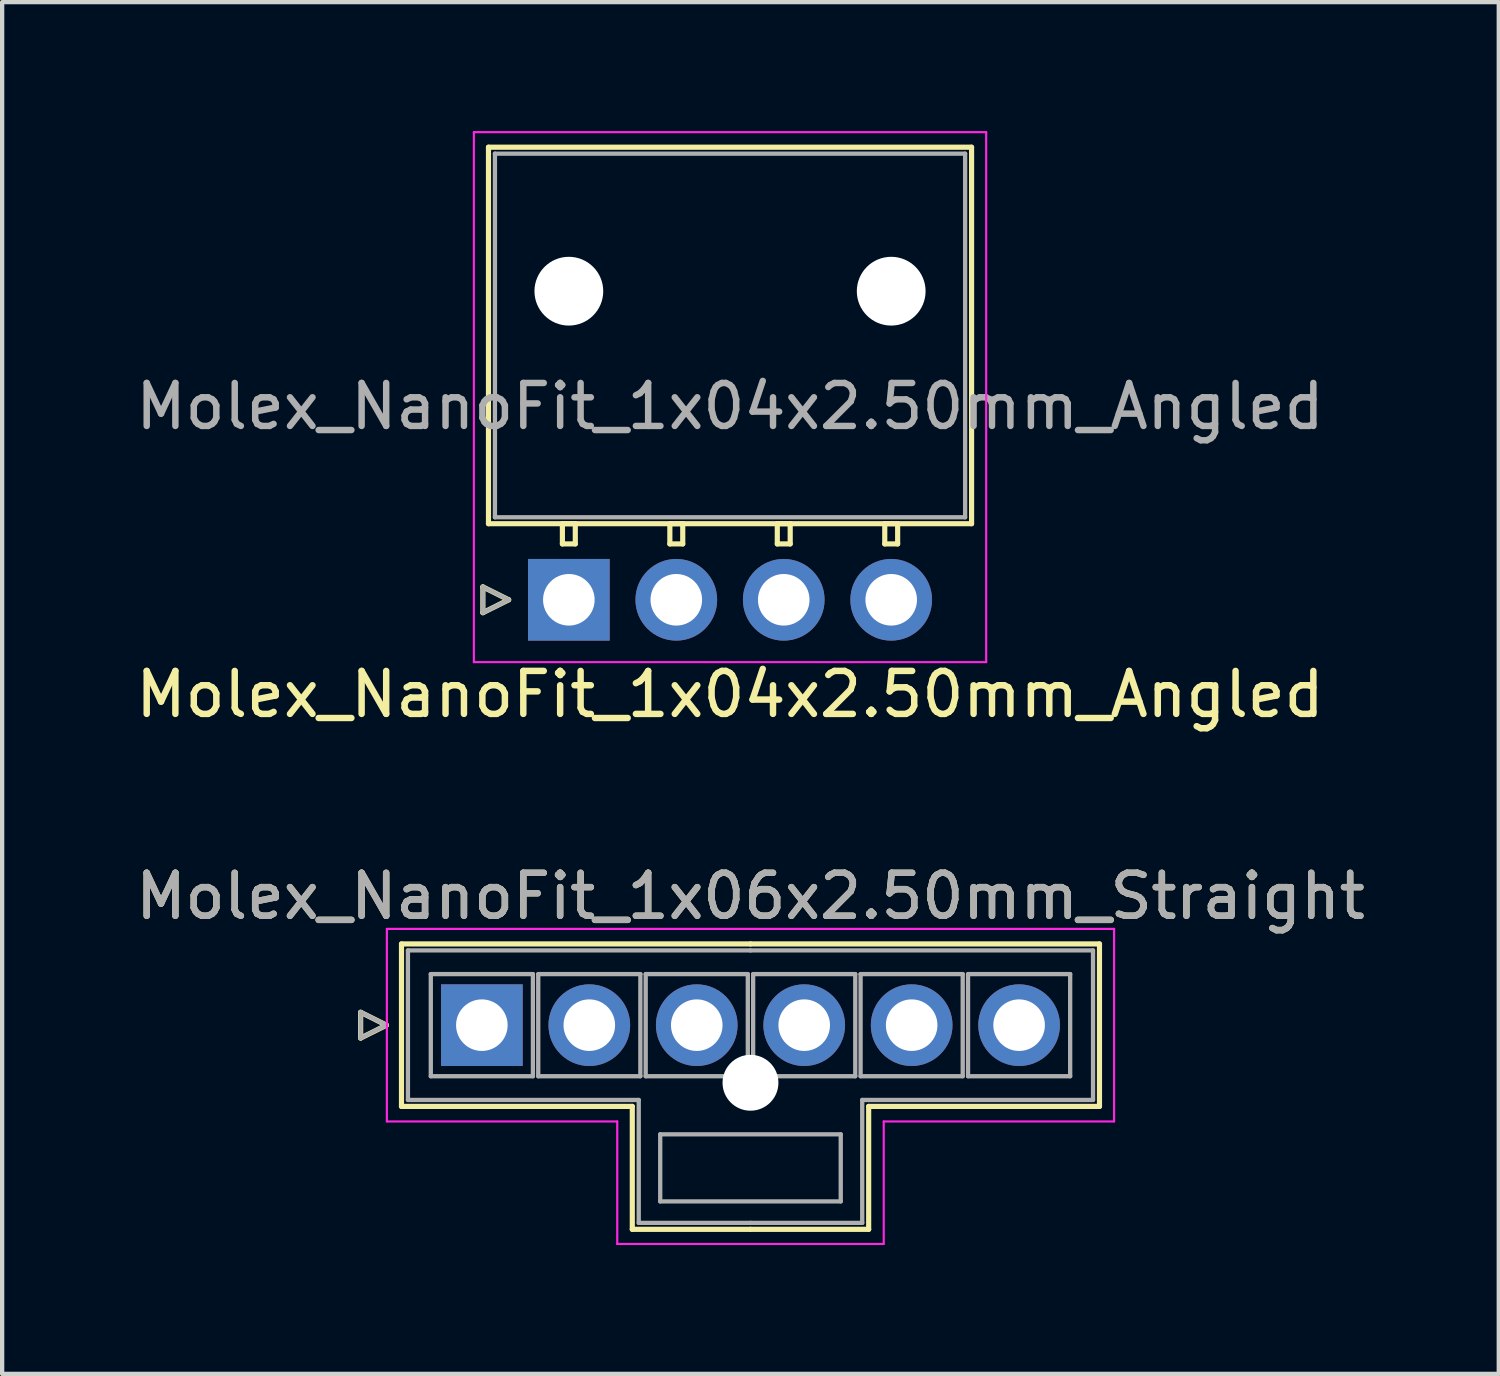
<source format=kicad_pcb>
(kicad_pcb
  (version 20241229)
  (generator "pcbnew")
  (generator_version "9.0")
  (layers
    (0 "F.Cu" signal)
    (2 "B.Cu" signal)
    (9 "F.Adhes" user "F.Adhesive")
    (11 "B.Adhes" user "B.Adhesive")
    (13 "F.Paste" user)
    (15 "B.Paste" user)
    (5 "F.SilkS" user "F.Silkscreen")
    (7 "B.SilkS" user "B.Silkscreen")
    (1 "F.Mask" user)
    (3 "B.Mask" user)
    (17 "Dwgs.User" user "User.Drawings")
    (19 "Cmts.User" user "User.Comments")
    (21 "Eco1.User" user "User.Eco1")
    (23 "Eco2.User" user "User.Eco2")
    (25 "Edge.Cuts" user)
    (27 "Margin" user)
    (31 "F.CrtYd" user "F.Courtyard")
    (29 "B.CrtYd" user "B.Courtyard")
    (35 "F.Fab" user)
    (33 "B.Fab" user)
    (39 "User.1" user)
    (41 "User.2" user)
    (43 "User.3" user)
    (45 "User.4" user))
  (footprint "Molex_NanoFit_1x06x2.50mm_Straight"
    (layer "F.Cu")
    (at 8.161 20.802)
    (property "Reference" "Molex_NanoFit_1x06x2.50mm_Straight" (at 6.25 -3 0) (layer "F.SilkS") (effects (font (size 1 1) (thickness 0.15))))
    (attr through_hole)
    (fp_line (start -2.82 -0.3) (end -2.22 0) (stroke (width 0.12) (type solid)) (layer "F.SilkS"))
    (fp_line (start -2.82 0.3) (end -2.82 -0.3) (stroke (width 0.12) (type solid)) (layer "F.SilkS"))
    (fp_line (start -2.22 0) (end -2.82 0.3) (stroke (width 0.12) (type solid)) (layer "F.SilkS"))
    (fp_line (start -1.87 -1.89) (end -1.87 1.89) (stroke (width 0.12) (type solid)) (layer "F.SilkS"))
    (fp_line (start -1.87 1.89) (end 3.5 1.89) (stroke (width 0.12) (type solid)) (layer "F.SilkS"))
    (fp_line (start 3.5 1.89) (end 3.5 4.75) (stroke (width 0.12) (type solid)) (layer "F.SilkS"))
    (fp_line (start 3.5 4.75) (end 6.25 4.75) (stroke (width 0.12) (type solid)) (layer "F.SilkS"))
    (fp_line (start 6.25 -1.89) (end -1.87 -1.89) (stroke (width 0.12) (type solid)) (layer "F.SilkS"))
    (fp_line (start 6.25 -1.89) (end 14.37 -1.89) (stroke (width 0.12) (type solid)) (layer "F.SilkS"))
    (fp_line (start 9 1.89) (end 9 4.75) (stroke (width 0.12) (type solid)) (layer "F.SilkS"))
    (fp_line (start 9 4.75) (end 6.25 4.75) (stroke (width 0.12) (type solid)) (layer "F.SilkS"))
    (fp_line (start 14.37 -1.89) (end 14.37 1.89) (stroke (width 0.12) (type solid)) (layer "F.SilkS"))
    (fp_line (start 14.37 1.89) (end 9 1.89) (stroke (width 0.12) (type solid)) (layer "F.SilkS"))
    (fp_line (start -2.21 -2.24) (end -2.21 2.24) (stroke (width 0.05) (type solid)) (layer "F.CrtYd"))
    (fp_line (start -2.21 2.24) (end 3.15 2.24) (stroke (width 0.05) (type solid)) (layer "F.CrtYd"))
    (fp_line (start 3.15 2.24) (end 3.15 5.09) (stroke (width 0.05) (type solid)) (layer "F.CrtYd"))
    (fp_line (start 3.15 5.09) (end 9.35 5.09) (stroke (width 0.05) (type solid)) (layer "F.CrtYd"))
    (fp_line (start 9.35 2.24) (end 14.71 2.24) (stroke (width 0.05) (type solid)) (layer "F.CrtYd"))
    (fp_line (start 9.35 5.09) (end 9.35 2.24) (stroke (width 0.05) (type solid)) (layer "F.CrtYd"))
    (fp_line (start 14.71 -2.24) (end -2.21 -2.24) (stroke (width 0.05) (type solid)) (layer "F.CrtYd"))
    (fp_line (start 14.71 2.24) (end 14.71 -2.24) (stroke (width 0.05) (type solid)) (layer "F.CrtYd"))
    (fp_line (start -2.82 -0.3) (end -2.22 0) (stroke (width 0.1) (type solid)) (layer "F.Fab"))
    (fp_line (start -2.82 0.3) (end -2.82 -0.3) (stroke (width 0.1) (type solid)) (layer "F.Fab"))
    (fp_line (start -2.22 0) (end -2.82 0.3) (stroke (width 0.1) (type solid)) (layer "F.Fab"))
    (fp_line (start -1.72 -1.74) (end -1.72 1.74) (stroke (width 0.1) (type solid)) (layer "F.Fab"))
    (fp_line (start -1.72 1.74) (end 3.65 1.74) (stroke (width 0.1) (type solid)) (layer "F.Fab"))
    (fp_line (start -1.188 -1.188) (end -1.188 1.188) (stroke (width 0.1) (type solid)) (layer "F.Fab"))
    (fp_line (start -1.188 1.188) (end 1.188 1.188) (stroke (width 0.1) (type solid)) (layer "F.Fab"))
    (fp_line (start 1.188 -1.188) (end -1.188 -1.188) (stroke (width 0.1) (type solid)) (layer "F.Fab"))
    (fp_line (start 1.188 1.188) (end 1.188 -1.188) (stroke (width 0.1) (type solid)) (layer "F.Fab"))
    (fp_line (start 1.312 -1.188) (end 1.312 1.188) (stroke (width 0.1) (type solid)) (layer "F.Fab"))
    (fp_line (start 1.312 1.188) (end 3.688 1.188) (stroke (width 0.1) (type solid)) (layer "F.Fab"))
    (fp_line (start 3.65 1.74) (end 3.65 4.6) (stroke (width 0.1) (type solid)) (layer "F.Fab"))
    (fp_line (start 3.65 4.6) (end 6.25 4.6) (stroke (width 0.1) (type solid)) (layer "F.Fab"))
    (fp_line (start 3.688 -1.188) (end 1.312 -1.188) (stroke (width 0.1) (type solid)) (layer "F.Fab"))
    (fp_line (start 3.688 1.188) (end 3.688 -1.188) (stroke (width 0.1) (type solid)) (layer "F.Fab"))
    (fp_line (start 3.812 -1.188) (end 3.812 1.188) (stroke (width 0.1) (type solid)) (layer "F.Fab"))
    (fp_line (start 3.812 1.188) (end 6.188 1.188) (stroke (width 0.1) (type solid)) (layer "F.Fab"))
    (fp_line (start 4.15 2.54) (end 4.15 4.1) (stroke (width 0.1) (type solid)) (layer "F.Fab"))
    (fp_line (start 4.15 4.1) (end 8.35 4.1) (stroke (width 0.1) (type solid)) (layer "F.Fab"))
    (fp_line (start 6.188 -1.188) (end 3.812 -1.188) (stroke (width 0.1) (type solid)) (layer "F.Fab"))
    (fp_line (start 6.188 1.188) (end 6.188 -1.188) (stroke (width 0.1) (type solid)) (layer "F.Fab"))
    (fp_line (start 6.25 -1.74) (end -1.72 -1.74) (stroke (width 0.1) (type solid)) (layer "F.Fab"))
    (fp_line (start 6.25 -1.74) (end 14.22 -1.74) (stroke (width 0.1) (type solid)) (layer "F.Fab"))
    (fp_line (start 6.312 -1.188) (end 6.312 1.188) (stroke (width 0.1) (type solid)) (layer "F.Fab"))
    (fp_line (start 6.312 1.188) (end 8.688 1.188) (stroke (width 0.1) (type solid)) (layer "F.Fab"))
    (fp_line (start 8.35 2.54) (end 4.15 2.54) (stroke (width 0.1) (type solid)) (layer "F.Fab"))
    (fp_line (start 8.35 4.1) (end 8.35 2.54) (stroke (width 0.1) (type solid)) (layer "F.Fab"))
    (fp_line (start 8.688 -1.188) (end 6.312 -1.188) (stroke (width 0.1) (type solid)) (layer "F.Fab"))
    (fp_line (start 8.688 1.188) (end 8.688 -1.188) (stroke (width 0.1) (type solid)) (layer "F.Fab"))
    (fp_line (start 8.812 -1.188) (end 8.812 1.188) (stroke (width 0.1) (type solid)) (layer "F.Fab"))
    (fp_line (start 8.812 1.188) (end 11.188 1.188) (stroke (width 0.1) (type solid)) (layer "F.Fab"))
    (fp_line (start 8.85 1.74) (end 8.85 4.6) (stroke (width 0.1) (type solid)) (layer "F.Fab"))
    (fp_line (start 8.85 4.6) (end 6.25 4.6) (stroke (width 0.1) (type solid)) (layer "F.Fab"))
    (fp_line (start 11.188 -1.188) (end 8.812 -1.188) (stroke (width 0.1) (type solid)) (layer "F.Fab"))
    (fp_line (start 11.188 1.188) (end 11.188 -1.188) (stroke (width 0.1) (type solid)) (layer "F.Fab"))
    (fp_line (start 11.312 -1.188) (end 11.312 1.188) (stroke (width 0.1) (type solid)) (layer "F.Fab"))
    (fp_line (start 11.312 1.188) (end 13.688 1.188) (stroke (width 0.1) (type solid)) (layer "F.Fab"))
    (fp_line (start 13.688 -1.188) (end 11.312 -1.188) (stroke (width 0.1) (type solid)) (layer "F.Fab"))
    (fp_line (start 13.688 1.188) (end 13.688 -1.188) (stroke (width 0.1) (type solid)) (layer "F.Fab"))
    (fp_line (start 14.22 -1.74) (end 14.22 1.74) (stroke (width 0.1) (type solid)) (layer "F.Fab"))
    (fp_line (start 14.22 1.74) (end 8.85 1.74) (stroke (width 0.1) (type solid)) (layer "F.Fab"))
    (fp_text user "${REFERENCE}" (at 6.25 -3 0) (layer "F.Fab") (effects (font (size 1 1) (thickness 0.15))))
    (pad "" np_thru_hole circle (at 6.25 1.34) (size 1.3 1.3) (drill 1.3) (layers "*.Cu" "*.Mask"))
    (pad "1" thru_hole rect (at 0 0) (size 1.9 1.9) (drill 1.2) (layers "*.Cu" "*.Mask"))
    (pad "2" thru_hole circle (at 2.5 0) (size 1.9 1.9) (drill 1.2) (layers "*.Cu" "*.Mask"))
    (pad "3" thru_hole circle (at 5 0) (size 1.9 1.9) (drill 1.2) (layers "*.Cu" "*.Mask"))
    (pad "4" thru_hole circle (at 7.5 0) (size 1.9 1.9) (drill 1.2) (layers "*.Cu" "*.Mask"))
    (pad "5" thru_hole circle (at 10 0) (size 1.9 1.9) (drill 1.2) (layers "*.Cu" "*.Mask"))
    (pad "6" thru_hole circle (at 12.5 0) (size 1.9 1.9) (drill 1.2) (layers "*.Cu" "*.Mask")))
  (footprint "Molex_NanoFit_1x04x2.50mm_Angled"
    (layer "F.Cu")
    (at 10.185 10.905)
    (property "Reference" "Molex_NanoFit_1x04x2.50mm_Angled" (at 3.75 2.2 0) (layer "F.SilkS") (effects (font (size 1 1) (thickness 0.15))))
    (attr through_hole)
    (fp_line (start -2 -0.3) (end -1.4 0) (stroke (width 0.12) (type solid)) (layer "F.SilkS"))
    (fp_line (start -2 0.3) (end -2 -0.3) (stroke (width 0.12) (type solid)) (layer "F.SilkS"))
    (fp_line (start -1.87 -10.53) (end -1.87 -1.77) (stroke (width 0.12) (type solid)) (layer "F.SilkS"))
    (fp_line (start -1.87 -1.77) (end 9.37 -1.77) (stroke (width 0.12) (type solid)) (layer "F.SilkS"))
    (fp_line (start -1.4 0) (end -2 0.3) (stroke (width 0.12) (type solid)) (layer "F.SilkS"))
    (fp_line (start -0.15 -1.77) (end -0.15 -1.3) (stroke (width 0.12) (type solid)) (layer "F.SilkS"))
    (fp_line (start -0.15 -1.3) (end 0.15 -1.3) (stroke (width 0.12) (type solid)) (layer "F.SilkS"))
    (fp_line (start 0.15 -1.77) (end -0.15 -1.77) (stroke (width 0.12) (type solid)) (layer "F.SilkS"))
    (fp_line (start 0.15 -1.3) (end 0.15 -1.77) (stroke (width 0.12) (type solid)) (layer "F.SilkS"))
    (fp_line (start 2.35 -1.77) (end 2.35 -1.3) (stroke (width 0.12) (type solid)) (layer "F.SilkS"))
    (fp_line (start 2.35 -1.3) (end 2.65 -1.3) (stroke (width 0.12) (type solid)) (layer "F.SilkS"))
    (fp_line (start 2.65 -1.77) (end 2.35 -1.77) (stroke (width 0.12) (type solid)) (layer "F.SilkS"))
    (fp_line (start 2.65 -1.3) (end 2.65 -1.77) (stroke (width 0.12) (type solid)) (layer "F.SilkS"))
    (fp_line (start 4.85 -1.77) (end 4.85 -1.3) (stroke (width 0.12) (type solid)) (layer "F.SilkS"))
    (fp_line (start 4.85 -1.3) (end 5.15 -1.3) (stroke (width 0.12) (type solid)) (layer "F.SilkS"))
    (fp_line (start 5.15 -1.77) (end 4.85 -1.77) (stroke (width 0.12) (type solid)) (layer "F.SilkS"))
    (fp_line (start 5.15 -1.3) (end 5.15 -1.77) (stroke (width 0.12) (type solid)) (layer "F.SilkS"))
    (fp_line (start 7.35 -1.77) (end 7.35 -1.3) (stroke (width 0.12) (type solid)) (layer "F.SilkS"))
    (fp_line (start 7.35 -1.3) (end 7.65 -1.3) (stroke (width 0.12) (type solid)) (layer "F.SilkS"))
    (fp_line (start 7.65 -1.77) (end 7.35 -1.77) (stroke (width 0.12) (type solid)) (layer "F.SilkS"))
    (fp_line (start 7.65 -1.3) (end 7.65 -1.77) (stroke (width 0.12) (type solid)) (layer "F.SilkS"))
    (fp_line (start 9.37 -10.53) (end -1.87 -10.53) (stroke (width 0.12) (type solid)) (layer "F.SilkS"))
    (fp_line (start 9.37 -1.77) (end 9.37 -10.53) (stroke (width 0.12) (type solid)) (layer "F.SilkS"))
    (fp_line (start -2.21 -10.88) (end -2.21 1.45) (stroke (width 0.05) (type solid)) (layer "F.CrtYd"))
    (fp_line (start -2.21 1.45) (end 9.71 1.45) (stroke (width 0.05) (type solid)) (layer "F.CrtYd"))
    (fp_line (start 9.71 -10.88) (end -2.21 -10.88) (stroke (width 0.05) (type solid)) (layer "F.CrtYd"))
    (fp_line (start 9.71 1.45) (end 9.71 -10.88) (stroke (width 0.05) (type solid)) (layer "F.CrtYd"))
    (fp_line (start -2 -0.3) (end -1.4 0) (stroke (width 0.1) (type solid)) (layer "F.Fab"))
    (fp_line (start -2 0.3) (end -2 -0.3) (stroke (width 0.1) (type solid)) (layer "F.Fab"))
    (fp_line (start -1.72 -10.38) (end -1.72 -1.92) (stroke (width 0.1) (type solid)) (layer "F.Fab"))
    (fp_line (start -1.72 -1.92) (end 9.22 -1.92) (stroke (width 0.1) (type solid)) (layer "F.Fab"))
    (fp_line (start -1.4 0) (end -2 0.3) (stroke (width 0.1) (type solid)) (layer "F.Fab"))
    (fp_line (start 9.22 -10.38) (end -1.72 -10.38) (stroke (width 0.1) (type solid)) (layer "F.Fab"))
    (fp_line (start 9.22 -1.92) (end 9.22 -10.38) (stroke (width 0.1) (type solid)) (layer "F.Fab"))
    (fp_text user "${REFERENCE}" (at 3.75 -4.5 0) (layer "F.Fab") (effects (font (size 1 1) (thickness 0.15))))
    (pad "" np_thru_hole circle (at 0 -7.18) (size 1.6 1.6) (drill 1.6) (layers "*.Cu" "*.Mask"))
    (pad "" np_thru_hole circle (at 7.5 -7.18) (size 1.6 1.6) (drill 1.6) (layers "*.Cu" "*.Mask"))
    (pad "1" thru_hole rect (at 0 0) (size 1.9 1.9) (drill 1.2) (layers "*.Cu" "*.Mask"))
    (pad "2" thru_hole circle (at 2.5 0) (size 1.9 1.9) (drill 1.2) (layers "*.Cu" "*.Mask"))
    (pad "3" thru_hole circle (at 5 0) (size 1.9 1.9) (drill 1.2) (layers "*.Cu" "*.Mask"))
    (pad "4" thru_hole circle (at 7.5 0) (size 1.9 1.9) (drill 1.2) (layers "*.Cu" "*.Mask")))
  (gr_rect
    (start -3 -3)
    (end 31.821 28.916)
    (stroke (width 0.1) (type default))
    (fill no)
    (layer "Edge.Cuts")))
</source>
